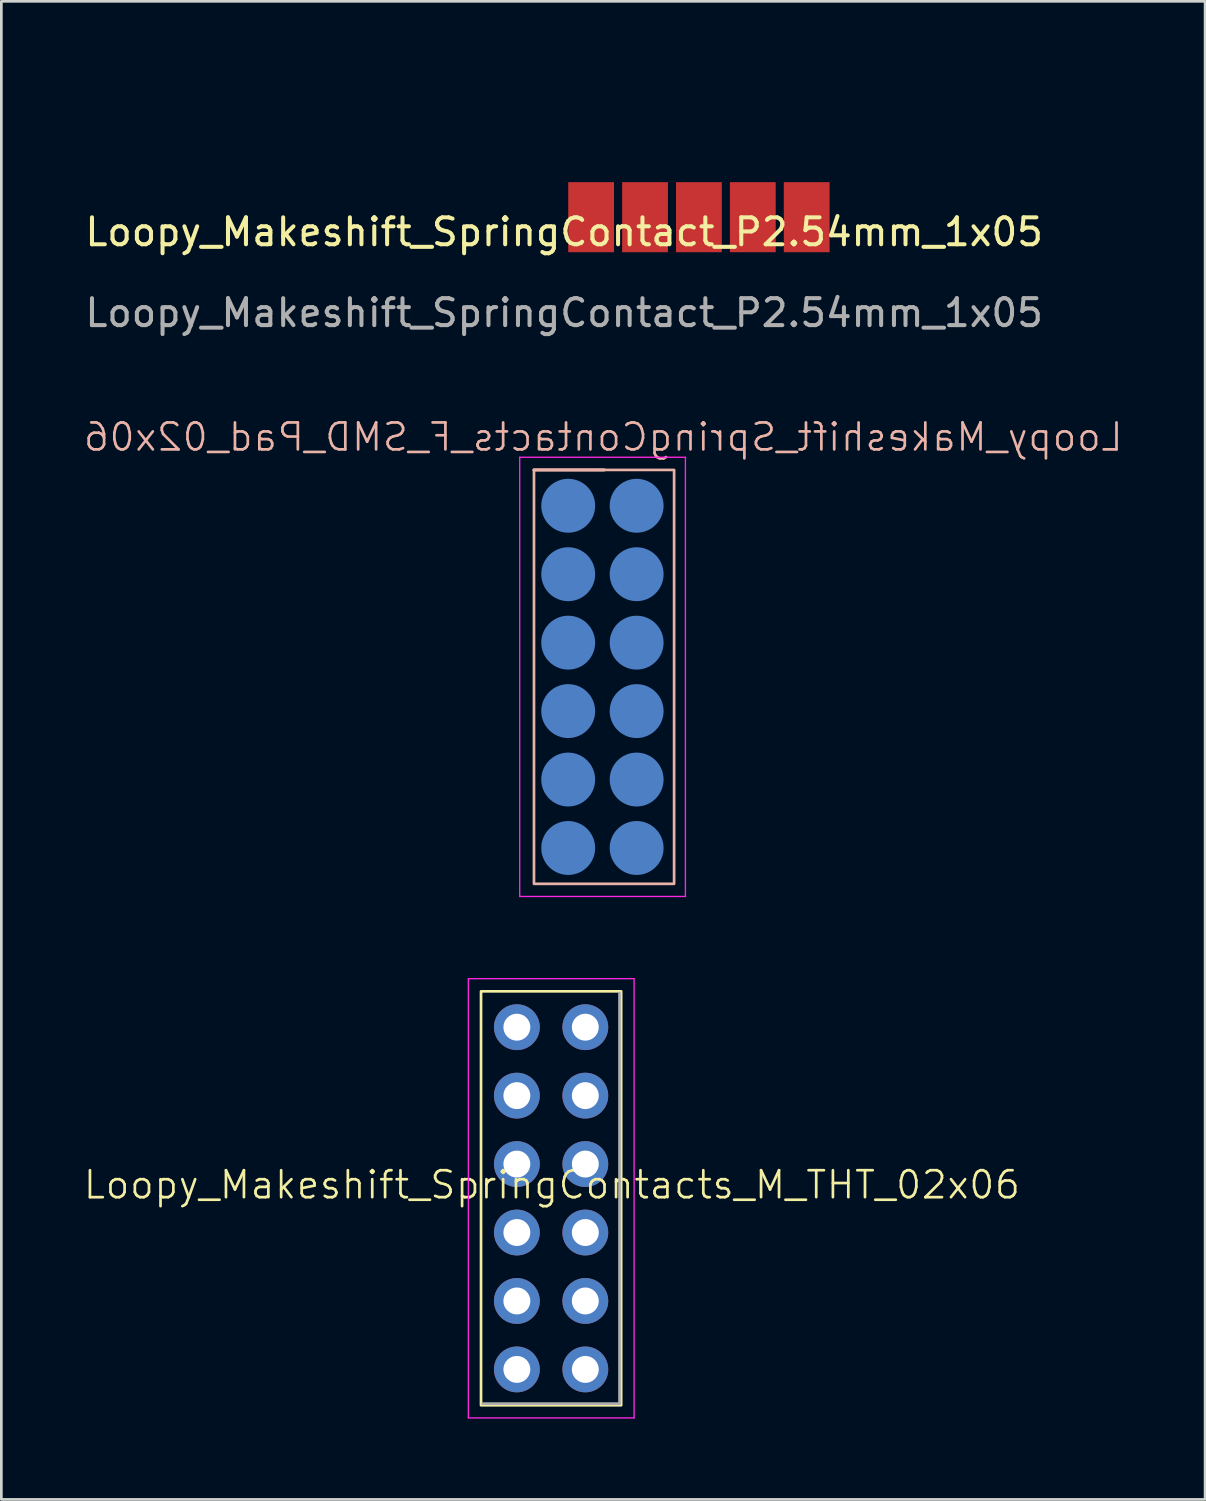
<source format=kicad_pcb>
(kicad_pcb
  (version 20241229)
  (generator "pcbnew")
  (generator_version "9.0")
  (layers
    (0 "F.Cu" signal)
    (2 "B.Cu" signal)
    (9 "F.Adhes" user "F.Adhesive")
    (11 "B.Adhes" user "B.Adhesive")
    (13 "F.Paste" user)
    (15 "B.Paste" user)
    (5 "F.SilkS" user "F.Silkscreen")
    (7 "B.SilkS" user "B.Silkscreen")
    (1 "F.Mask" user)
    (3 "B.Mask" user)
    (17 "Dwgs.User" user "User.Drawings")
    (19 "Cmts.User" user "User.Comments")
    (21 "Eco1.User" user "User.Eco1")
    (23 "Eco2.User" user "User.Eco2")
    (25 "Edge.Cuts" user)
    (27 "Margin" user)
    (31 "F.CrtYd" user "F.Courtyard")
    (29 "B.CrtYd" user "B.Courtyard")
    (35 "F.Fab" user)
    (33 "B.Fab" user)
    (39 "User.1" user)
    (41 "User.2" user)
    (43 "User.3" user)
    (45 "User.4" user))
  (footprint "Loopy_Makeshift_SpringContacts_F_SMD_Pad_02x06"
    (layer "F.Cu")
    (at 19.336 21.969)
    (property "Reference" "Loopy_Makeshift_SpringContacts_F_SMD_Pad_02x06" (at 0 -8.8 0) (unlocked yes) (layer "B.SilkS") (effects (font (size 1 1) (thickness 0.1)) (justify mirror)))
    (attr smd)
    (fp_line (start 0.03 -7.58) (end -2.57 -7.58) (stroke (width 0.12) (type solid)) (layer "B.SilkS"))
    (fp_rect (start -2.57 -7.58) (end 2.63 7.78) (stroke (width 0.1) (type default)) (fill no) (layer "B.SilkS"))
    (fp_line (start -3.1 -8.05) (end -3.1 8.25) (stroke (width 0.05) (type solid)) (layer "F.CrtYd"))
    (fp_line (start -3.1 8.25) (end 3.05 8.25) (stroke (width 0.05) (type solid)) (layer "F.CrtYd"))
    (fp_line (start 3.05 -8.05) (end -3.1 -8.05) (stroke (width 0.05) (type solid)) (layer "F.CrtYd"))
    (fp_line (start 3.05 8.25) (end 3.05 -8.05) (stroke (width 0.05) (type solid)) (layer "F.CrtYd"))
    (pad "1" smd circle (at -1.3 -6.25 180) (size 2 2) (layers "B.Cu" "B.Mask" "B.Paste"))
    (pad "2" smd circle (at -1.3 -3.71 180) (size 2 2) (layers "B.Cu" "B.Mask" "B.Paste"))
    (pad "3" smd circle (at -1.3 -1.17 180) (size 2 2) (layers "B.Cu" "B.Mask" "B.Paste"))
    (pad "4" smd circle (at -1.3 1.37 180) (size 2 2) (layers "B.Cu" "B.Mask" "B.Paste"))
    (pad "5" smd circle (at -1.3 3.91 180) (size 2 2) (layers "B.Cu" "B.Mask" "B.Paste"))
    (pad "6" smd circle (at -1.3 6.45 180) (size 2 2) (layers "B.Cu" "B.Mask" "B.Paste"))
    (pad "7" smd circle (at 1.24 6.45 180) (size 2 2) (layers "B.Cu" "B.Mask" "B.Paste"))
    (pad "8" smd circle (at 1.24 3.91 180) (size 2 2) (layers "B.Cu" "B.Mask" "B.Paste"))
    (pad "9" smd circle (at 1.24 1.37 180) (size 2 2) (layers "B.Cu" "B.Mask" "B.Paste"))
    (pad "10" smd circle (at 1.24 -1.17 180) (size 2 2) (layers "B.Cu" "B.Mask" "B.Paste"))
    (pad "11" smd circle (at 1.24 -3.71 180) (size 2 2) (layers "B.Cu" "B.Mask" "B.Paste"))
    (pad "12" smd circle (at 1.24 -6.25 180) (size 2 2) (layers "B.Cu" "B.Mask" "B.Paste")))
  (footprint "Loopy_Makeshift_SpringContacts_M_THT_02x06"
    (layer "F.Cu")
    (at 17.431 41.419)
    (property "Reference" "Loopy_Makeshift_SpringContacts_M_THT_02x06" (at 0 -0.5 0) (unlocked yes) (layer "F.SilkS") (effects (font (size 1 1) (thickness 0.1))))
    (attr through_hole)
    (fp_rect (start -2.63 -7.68) (end 2.57 7.68) (stroke (width 0.1) (type default)) (fill no) (layer "F.SilkS"))
    (fp_line (start -3.1 -8.15) (end -3.1 8.15) (stroke (width 0.05) (type solid)) (layer "F.CrtYd"))
    (fp_line (start -3.1 8.15) (end 3.05 8.15) (stroke (width 0.05) (type solid)) (layer "F.CrtYd"))
    (fp_line (start 3.05 -8.15) (end -3.1 -8.15) (stroke (width 0.05) (type solid)) (layer "F.CrtYd"))
    (fp_line (start 3.05 8.15) (end 3.05 -8.15) (stroke (width 0.05) (type solid)) (layer "F.CrtYd"))
    (fp_line (start 2.51 -7.62) (end 2.51 7.62) (stroke (width 0.1) (type solid)) (layer "F.Fab"))
    (fp_line (start 2.51 7.62) (end -2.57 7.62) (stroke (width 0.1) (type solid)) (layer "F.Fab"))
    (pad "1" thru_hole circle (at -1.3 -6.35 180) (size 1.7 1.7) (drill 1) (layers "*.Cu" "*.Mask"))
    (pad "2" thru_hole oval (at -1.3 -3.81) (size 1.7 1.7) (drill 1) (layers "*.Cu" "*.Mask"))
    (pad "3" thru_hole oval (at -1.3 -1.27) (size 1.7 1.7) (drill 1) (layers "*.Cu" "*.Mask"))
    (pad "4" thru_hole oval (at -1.3 1.27) (size 1.7 1.7) (drill 1) (layers "*.Cu" "*.Mask"))
    (pad "5" thru_hole oval (at -1.3 3.81) (size 1.7 1.7) (drill 1) (layers "*.Cu" "*.Mask"))
    (pad "6" thru_hole oval (at -1.3 6.35) (size 1.7 1.7) (drill 1) (layers "*.Cu" "*.Mask"))
    (pad "7" thru_hole oval (at 1.24 6.35) (size 1.7 1.7) (drill 1) (layers "*.Cu" "*.Mask"))
    (pad "8" thru_hole oval (at 1.24 3.81) (size 1.7 1.7) (drill 1) (layers "*.Cu" "*.Mask"))
    (pad "9" thru_hole oval (at 1.24 1.27) (size 1.7 1.7) (drill 1) (layers "*.Cu" "*.Mask"))
    (pad "10" thru_hole oval (at 1.24 -1.27) (size 1.7 1.7) (drill 1) (layers "*.Cu" "*.Mask"))
    (pad "11" thru_hole oval (at 1.24 -3.81) (size 1.7 1.7) (drill 1) (layers "*.Cu" "*.Mask"))
    (pad "12" thru_hole oval (at 1.24 -6.35) (size 1.7 1.7) (drill 1) (layers "*.Cu" "*.Mask")))
  (footprint "Loopy_Makeshift_SpringContact_P2.54mm_1x05"
    (layer "F.Cu")
    (at 17.887 6.06)
    (property "Reference" "Loopy_Makeshift_SpringContact_P2.54mm_1x05" (at 0 -0.5 0) (unlocked yes) (layer "F.SilkS") (effects (font (size 1 1) (thickness 0.15))))
    (attr smd)
    (fp_rect (start 10 -6) (end 0 0) (stroke (width 0.12) (type default)) (fill no) (layer "Margin"))
    (fp_text user "${REFERENCE}" (at 0 2.5 0) (unlocked yes) (layer "F.Fab") (effects (font (size 1 1) (thickness 0.15))))
    (pad "1" smd rect (at 1 -1.05 270) (size 2.6 1.7) (layers "F.Cu" "F.Mask" "F.Paste"))
    (pad "2" smd rect (at 3 -1.05 270) (size 2.6 1.7) (layers "F.Cu" "F.Mask" "F.Paste"))
    (pad "3" smd rect (at 5 -1.05 270) (size 2.6 1.7) (layers "F.Cu" "F.Mask" "F.Paste"))
    (pad "4" smd rect (at 7 -1.05 270) (size 2.6 1.7) (layers "F.Cu" "F.Mask" "F.Paste"))
    (pad "5" smd rect (at 9 -1.05 270) (size 2.6 1.7) (layers "F.Cu" "F.Mask" "F.Paste")))
  (gr_rect
    (start -3 -3)
    (end 41.671 52.594)
    (stroke (width 0.1) (type default))
    (fill no)
    (layer "Edge.Cuts")))
</source>
